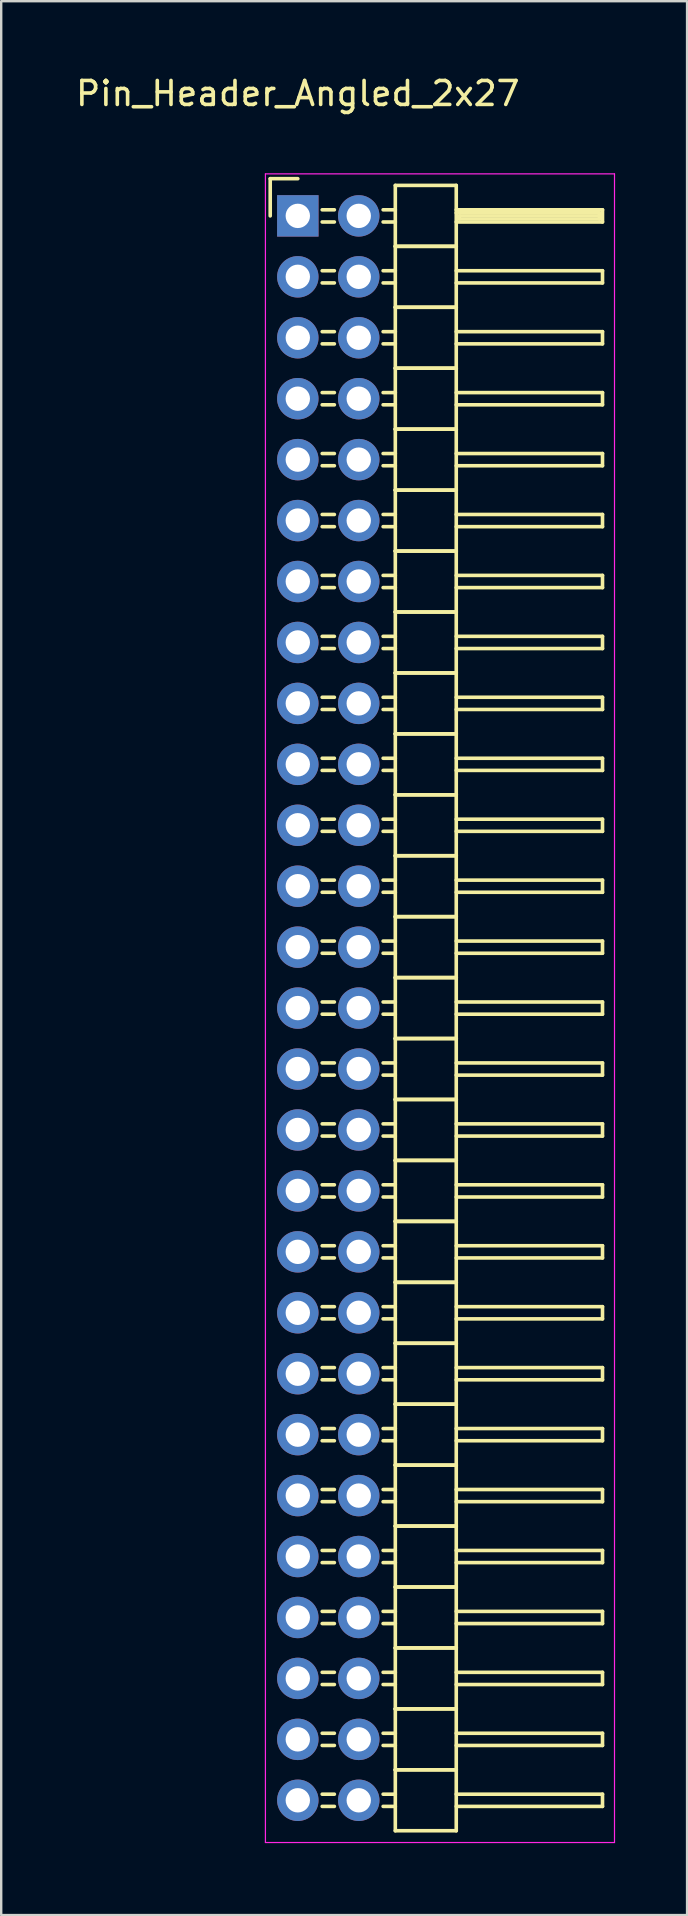
<source format=kicad_pcb>
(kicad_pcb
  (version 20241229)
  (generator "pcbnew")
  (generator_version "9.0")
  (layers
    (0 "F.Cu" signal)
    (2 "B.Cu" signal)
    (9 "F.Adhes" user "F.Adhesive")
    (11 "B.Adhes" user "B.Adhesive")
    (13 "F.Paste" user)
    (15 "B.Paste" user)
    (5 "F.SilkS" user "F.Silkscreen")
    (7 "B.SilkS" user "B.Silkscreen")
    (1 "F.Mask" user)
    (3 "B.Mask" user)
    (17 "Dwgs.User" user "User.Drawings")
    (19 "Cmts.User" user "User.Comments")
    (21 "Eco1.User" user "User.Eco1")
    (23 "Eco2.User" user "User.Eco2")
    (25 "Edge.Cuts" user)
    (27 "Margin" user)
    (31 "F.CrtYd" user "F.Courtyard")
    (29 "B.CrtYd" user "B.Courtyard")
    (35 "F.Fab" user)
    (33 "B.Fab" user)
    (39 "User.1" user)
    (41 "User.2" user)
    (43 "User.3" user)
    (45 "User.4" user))
  (footprint "Pin_Header_Angled_2x27"
    (layer "F.Cu")
    (at 9.363 5.948)
    (property "Reference" "Pin_Header_Angled_2x27" (at 0 -5.1 0) (layer "F.SilkS") (effects (font (size 1 1) (thickness 0.15))))
    (attr through_hole)
    (fp_line (start -1.15 -1.55) (end -1.15 0) (stroke (width 0.15) (type solid)) (layer "F.SilkS"))
    (fp_line (start 0 -1.55) (end -1.15 -1.55) (stroke (width 0.15) (type solid)) (layer "F.SilkS"))
    (fp_line (start 1.524 -0.254) (end 1.016 -0.254) (stroke (width 0.15) (type solid)) (layer "F.SilkS"))
    (fp_line (start 1.524 0.254) (end 1.016 0.254) (stroke (width 0.15) (type solid)) (layer "F.SilkS"))
    (fp_line (start 1.524 2.286) (end 1.016 2.286) (stroke (width 0.15) (type solid)) (layer "F.SilkS"))
    (fp_line (start 1.524 2.794) (end 1.016 2.794) (stroke (width 0.15) (type solid)) (layer "F.SilkS"))
    (fp_line (start 1.524 4.826) (end 1.016 4.826) (stroke (width 0.15) (type solid)) (layer "F.SilkS"))
    (fp_line (start 1.524 5.334) (end 1.016 5.334) (stroke (width 0.15) (type solid)) (layer "F.SilkS"))
    (fp_line (start 1.524 7.366) (end 1.016 7.366) (stroke (width 0.15) (type solid)) (layer "F.SilkS"))
    (fp_line (start 1.524 7.874) (end 1.016 7.874) (stroke (width 0.15) (type solid)) (layer "F.SilkS"))
    (fp_line (start 1.524 9.906) (end 1.016 9.906) (stroke (width 0.15) (type solid)) (layer "F.SilkS"))
    (fp_line (start 1.524 10.414) (end 1.016 10.414) (stroke (width 0.15) (type solid)) (layer "F.SilkS"))
    (fp_line (start 1.524 12.446) (end 1.016 12.446) (stroke (width 0.15) (type solid)) (layer "F.SilkS"))
    (fp_line (start 1.524 12.954) (end 1.016 12.954) (stroke (width 0.15) (type solid)) (layer "F.SilkS"))
    (fp_line (start 1.524 14.986) (end 1.016 14.986) (stroke (width 0.15) (type solid)) (layer "F.SilkS"))
    (fp_line (start 1.524 15.494) (end 1.016 15.494) (stroke (width 0.15) (type solid)) (layer "F.SilkS"))
    (fp_line (start 1.524 17.526) (end 1.016 17.526) (stroke (width 0.15) (type solid)) (layer "F.SilkS"))
    (fp_line (start 1.524 18.034) (end 1.016 18.034) (stroke (width 0.15) (type solid)) (layer "F.SilkS"))
    (fp_line (start 1.524 20.066) (end 1.016 20.066) (stroke (width 0.15) (type solid)) (layer "F.SilkS"))
    (fp_line (start 1.524 20.574) (end 1.016 20.574) (stroke (width 0.15) (type solid)) (layer "F.SilkS"))
    (fp_line (start 1.524 22.606) (end 1.016 22.606) (stroke (width 0.15) (type solid)) (layer "F.SilkS"))
    (fp_line (start 1.524 23.114) (end 1.016 23.114) (stroke (width 0.15) (type solid)) (layer "F.SilkS"))
    (fp_line (start 1.524 25.146) (end 1.016 25.146) (stroke (width 0.15) (type solid)) (layer "F.SilkS"))
    (fp_line (start 1.524 25.654) (end 1.016 25.654) (stroke (width 0.15) (type solid)) (layer "F.SilkS"))
    (fp_line (start 1.524 27.686) (end 1.016 27.686) (stroke (width 0.15) (type solid)) (layer "F.SilkS"))
    (fp_line (start 1.524 28.194) (end 1.016 28.194) (stroke (width 0.15) (type solid)) (layer "F.SilkS"))
    (fp_line (start 1.524 30.226) (end 1.016 30.226) (stroke (width 0.15) (type solid)) (layer "F.SilkS"))
    (fp_line (start 1.524 30.734) (end 1.016 30.734) (stroke (width 0.15) (type solid)) (layer "F.SilkS"))
    (fp_line (start 1.524 32.766) (end 1.016 32.766) (stroke (width 0.15) (type solid)) (layer "F.SilkS"))
    (fp_line (start 1.524 33.274) (end 1.016 33.274) (stroke (width 0.15) (type solid)) (layer "F.SilkS"))
    (fp_line (start 1.524 35.306) (end 1.016 35.306) (stroke (width 0.15) (type solid)) (layer "F.SilkS"))
    (fp_line (start 1.524 35.814) (end 1.016 35.814) (stroke (width 0.15) (type solid)) (layer "F.SilkS"))
    (fp_line (start 1.524 37.846) (end 1.016 37.846) (stroke (width 0.15) (type solid)) (layer "F.SilkS"))
    (fp_line (start 1.524 38.354) (end 1.016 38.354) (stroke (width 0.15) (type solid)) (layer "F.SilkS"))
    (fp_line (start 1.524 40.386) (end 1.016 40.386) (stroke (width 0.15) (type solid)) (layer "F.SilkS"))
    (fp_line (start 1.524 40.894) (end 1.016 40.894) (stroke (width 0.15) (type solid)) (layer "F.SilkS"))
    (fp_line (start 1.524 42.926) (end 1.016 42.926) (stroke (width 0.15) (type solid)) (layer "F.SilkS"))
    (fp_line (start 1.524 43.434) (end 1.016 43.434) (stroke (width 0.15) (type solid)) (layer "F.SilkS"))
    (fp_line (start 1.524 45.466) (end 1.016 45.466) (stroke (width 0.15) (type solid)) (layer "F.SilkS"))
    (fp_line (start 1.524 45.974) (end 1.016 45.974) (stroke (width 0.15) (type solid)) (layer "F.SilkS"))
    (fp_line (start 1.524 48.006) (end 1.016 48.006) (stroke (width 0.15) (type solid)) (layer "F.SilkS"))
    (fp_line (start 1.524 48.514) (end 1.016 48.514) (stroke (width 0.15) (type solid)) (layer "F.SilkS"))
    (fp_line (start 1.524 50.546) (end 1.016 50.546) (stroke (width 0.15) (type solid)) (layer "F.SilkS"))
    (fp_line (start 1.524 51.054) (end 1.016 51.054) (stroke (width 0.15) (type solid)) (layer "F.SilkS"))
    (fp_line (start 1.524 53.086) (end 1.016 53.086) (stroke (width 0.15) (type solid)) (layer "F.SilkS"))
    (fp_line (start 1.524 53.594) (end 1.016 53.594) (stroke (width 0.15) (type solid)) (layer "F.SilkS"))
    (fp_line (start 1.524 55.626) (end 1.016 55.626) (stroke (width 0.15) (type solid)) (layer "F.SilkS"))
    (fp_line (start 1.524 56.134) (end 1.016 56.134) (stroke (width 0.15) (type solid)) (layer "F.SilkS"))
    (fp_line (start 1.524 58.166) (end 1.016 58.166) (stroke (width 0.15) (type solid)) (layer "F.SilkS"))
    (fp_line (start 1.524 58.674) (end 1.016 58.674) (stroke (width 0.15) (type solid)) (layer "F.SilkS"))
    (fp_line (start 1.524 60.706) (end 1.016 60.706) (stroke (width 0.15) (type solid)) (layer "F.SilkS"))
    (fp_line (start 1.524 61.214) (end 1.016 61.214) (stroke (width 0.15) (type solid)) (layer "F.SilkS"))
    (fp_line (start 1.524 63.246) (end 1.016 63.246) (stroke (width 0.15) (type solid)) (layer "F.SilkS"))
    (fp_line (start 1.524 63.754) (end 1.016 63.754) (stroke (width 0.15) (type solid)) (layer "F.SilkS"))
    (fp_line (start 1.524 65.786) (end 1.016 65.786) (stroke (width 0.15) (type solid)) (layer "F.SilkS"))
    (fp_line (start 1.524 66.294) (end 1.016 66.294) (stroke (width 0.15) (type solid)) (layer "F.SilkS"))
    (fp_line (start 4.064 -1.27) (end 4.064 1.27) (stroke (width 0.15) (type solid)) (layer "F.SilkS"))
    (fp_line (start 4.064 -1.27) (end 6.604 -1.27) (stroke (width 0.15) (type solid)) (layer "F.SilkS"))
    (fp_line (start 4.064 -0.254) (end 3.556 -0.254) (stroke (width 0.15) (type solid)) (layer "F.SilkS"))
    (fp_line (start 4.064 0.254) (end 3.556 0.254) (stroke (width 0.15) (type solid)) (layer "F.SilkS"))
    (fp_line (start 4.064 1.27) (end 4.064 3.81) (stroke (width 0.15) (type solid)) (layer "F.SilkS"))
    (fp_line (start 4.064 1.27) (end 6.604 1.27) (stroke (width 0.15) (type solid)) (layer "F.SilkS"))
    (fp_line (start 4.064 1.27) (end 6.604 1.27) (stroke (width 0.15) (type solid)) (layer "F.SilkS"))
    (fp_line (start 4.064 2.286) (end 3.556 2.286) (stroke (width 0.15) (type solid)) (layer "F.SilkS"))
    (fp_line (start 4.064 2.794) (end 3.556 2.794) (stroke (width 0.15) (type solid)) (layer "F.SilkS"))
    (fp_line (start 4.064 3.81) (end 4.064 6.35) (stroke (width 0.15) (type solid)) (layer "F.SilkS"))
    (fp_line (start 4.064 3.81) (end 6.604 3.81) (stroke (width 0.15) (type solid)) (layer "F.SilkS"))
    (fp_line (start 4.064 3.81) (end 6.604 3.81) (stroke (width 0.15) (type solid)) (layer "F.SilkS"))
    (fp_line (start 4.064 4.826) (end 3.556 4.826) (stroke (width 0.15) (type solid)) (layer "F.SilkS"))
    (fp_line (start 4.064 5.334) (end 3.556 5.334) (stroke (width 0.15) (type solid)) (layer "F.SilkS"))
    (fp_line (start 4.064 6.35) (end 4.064 8.89) (stroke (width 0.15) (type solid)) (layer "F.SilkS"))
    (fp_line (start 4.064 6.35) (end 6.604 6.35) (stroke (width 0.15) (type solid)) (layer "F.SilkS"))
    (fp_line (start 4.064 6.35) (end 6.604 6.35) (stroke (width 0.15) (type solid)) (layer "F.SilkS"))
    (fp_line (start 4.064 7.366) (end 3.556 7.366) (stroke (width 0.15) (type solid)) (layer "F.SilkS"))
    (fp_line (start 4.064 7.874) (end 3.556 7.874) (stroke (width 0.15) (type solid)) (layer "F.SilkS"))
    (fp_line (start 4.064 8.89) (end 4.064 11.43) (stroke (width 0.15) (type solid)) (layer "F.SilkS"))
    (fp_line (start 4.064 8.89) (end 6.604 8.89) (stroke (width 0.15) (type solid)) (layer "F.SilkS"))
    (fp_line (start 4.064 8.89) (end 6.604 8.89) (stroke (width 0.15) (type solid)) (layer "F.SilkS"))
    (fp_line (start 4.064 9.906) (end 3.556 9.906) (stroke (width 0.15) (type solid)) (layer "F.SilkS"))
    (fp_line (start 4.064 10.414) (end 3.556 10.414) (stroke (width 0.15) (type solid)) (layer "F.SilkS"))
    (fp_line (start 4.064 11.43) (end 4.064 13.97) (stroke (width 0.15) (type solid)) (layer "F.SilkS"))
    (fp_line (start 4.064 11.43) (end 6.604 11.43) (stroke (width 0.15) (type solid)) (layer "F.SilkS"))
    (fp_line (start 4.064 11.43) (end 6.604 11.43) (stroke (width 0.15) (type solid)) (layer "F.SilkS"))
    (fp_line (start 4.064 12.446) (end 3.556 12.446) (stroke (width 0.15) (type solid)) (layer "F.SilkS"))
    (fp_line (start 4.064 12.954) (end 3.556 12.954) (stroke (width 0.15) (type solid)) (layer "F.SilkS"))
    (fp_line (start 4.064 13.97) (end 4.064 16.51) (stroke (width 0.15) (type solid)) (layer "F.SilkS"))
    (fp_line (start 4.064 13.97) (end 6.604 13.97) (stroke (width 0.15) (type solid)) (layer "F.SilkS"))
    (fp_line (start 4.064 13.97) (end 6.604 13.97) (stroke (width 0.15) (type solid)) (layer "F.SilkS"))
    (fp_line (start 4.064 14.986) (end 3.556 14.986) (stroke (width 0.15) (type solid)) (layer "F.SilkS"))
    (fp_line (start 4.064 15.494) (end 3.556 15.494) (stroke (width 0.15) (type solid)) (layer "F.SilkS"))
    (fp_line (start 4.064 16.51) (end 4.064 19.05) (stroke (width 0.15) (type solid)) (layer "F.SilkS"))
    (fp_line (start 4.064 16.51) (end 6.604 16.51) (stroke (width 0.15) (type solid)) (layer "F.SilkS"))
    (fp_line (start 4.064 16.51) (end 6.604 16.51) (stroke (width 0.15) (type solid)) (layer "F.SilkS"))
    (fp_line (start 4.064 17.526) (end 3.556 17.526) (stroke (width 0.15) (type solid)) (layer "F.SilkS"))
    (fp_line (start 4.064 18.034) (end 3.556 18.034) (stroke (width 0.15) (type solid)) (layer "F.SilkS"))
    (fp_line (start 4.064 19.05) (end 4.064 21.59) (stroke (width 0.15) (type solid)) (layer "F.SilkS"))
    (fp_line (start 4.064 19.05) (end 6.604 19.05) (stroke (width 0.15) (type solid)) (layer "F.SilkS"))
    (fp_line (start 4.064 19.05) (end 6.604 19.05) (stroke (width 0.15) (type solid)) (layer "F.SilkS"))
    (fp_line (start 4.064 20.066) (end 3.556 20.066) (stroke (width 0.15) (type solid)) (layer "F.SilkS"))
    (fp_line (start 4.064 20.574) (end 3.556 20.574) (stroke (width 0.15) (type solid)) (layer "F.SilkS"))
    (fp_line (start 4.064 21.59) (end 4.064 24.13) (stroke (width 0.15) (type solid)) (layer "F.SilkS"))
    (fp_line (start 4.064 21.59) (end 6.604 21.59) (stroke (width 0.15) (type solid)) (layer "F.SilkS"))
    (fp_line (start 4.064 21.59) (end 6.604 21.59) (stroke (width 0.15) (type solid)) (layer "F.SilkS"))
    (fp_line (start 4.064 22.606) (end 3.556 22.606) (stroke (width 0.15) (type solid)) (layer "F.SilkS"))
    (fp_line (start 4.064 23.114) (end 3.556 23.114) (stroke (width 0.15) (type solid)) (layer "F.SilkS"))
    (fp_line (start 4.064 24.13) (end 4.064 26.67) (stroke (width 0.15) (type solid)) (layer "F.SilkS"))
    (fp_line (start 4.064 24.13) (end 6.604 24.13) (stroke (width 0.15) (type solid)) (layer "F.SilkS"))
    (fp_line (start 4.064 24.13) (end 6.604 24.13) (stroke (width 0.15) (type solid)) (layer "F.SilkS"))
    (fp_line (start 4.064 25.146) (end 3.556 25.146) (stroke (width 0.15) (type solid)) (layer "F.SilkS"))
    (fp_line (start 4.064 25.654) (end 3.556 25.654) (stroke (width 0.15) (type solid)) (layer "F.SilkS"))
    (fp_line (start 4.064 26.67) (end 4.064 29.21) (stroke (width 0.15) (type solid)) (layer "F.SilkS"))
    (fp_line (start 4.064 26.67) (end 6.604 26.67) (stroke (width 0.15) (type solid)) (layer "F.SilkS"))
    (fp_line (start 4.064 26.67) (end 6.604 26.67) (stroke (width 0.15) (type solid)) (layer "F.SilkS"))
    (fp_line (start 4.064 27.686) (end 3.556 27.686) (stroke (width 0.15) (type solid)) (layer "F.SilkS"))
    (fp_line (start 4.064 28.194) (end 3.556 28.194) (stroke (width 0.15) (type solid)) (layer "F.SilkS"))
    (fp_line (start 4.064 29.21) (end 4.064 31.75) (stroke (width 0.15) (type solid)) (layer "F.SilkS"))
    (fp_line (start 4.064 29.21) (end 6.604 29.21) (stroke (width 0.15) (type solid)) (layer "F.SilkS"))
    (fp_line (start 4.064 29.21) (end 6.604 29.21) (stroke (width 0.15) (type solid)) (layer "F.SilkS"))
    (fp_line (start 4.064 30.226) (end 3.556 30.226) (stroke (width 0.15) (type solid)) (layer "F.SilkS"))
    (fp_line (start 4.064 30.734) (end 3.556 30.734) (stroke (width 0.15) (type solid)) (layer "F.SilkS"))
    (fp_line (start 4.064 31.75) (end 4.064 34.29) (stroke (width 0.15) (type solid)) (layer "F.SilkS"))
    (fp_line (start 4.064 31.75) (end 6.604 31.75) (stroke (width 0.15) (type solid)) (layer "F.SilkS"))
    (fp_line (start 4.064 31.75) (end 6.604 31.75) (stroke (width 0.15) (type solid)) (layer "F.SilkS"))
    (fp_line (start 4.064 32.766) (end 3.556 32.766) (stroke (width 0.15) (type solid)) (layer "F.SilkS"))
    (fp_line (start 4.064 33.274) (end 3.556 33.274) (stroke (width 0.15) (type solid)) (layer "F.SilkS"))
    (fp_line (start 4.064 34.29) (end 4.064 36.83) (stroke (width 0.15) (type solid)) (layer "F.SilkS"))
    (fp_line (start 4.064 34.29) (end 6.604 34.29) (stroke (width 0.15) (type solid)) (layer "F.SilkS"))
    (fp_line (start 4.064 34.29) (end 6.604 34.29) (stroke (width 0.15) (type solid)) (layer "F.SilkS"))
    (fp_line (start 4.064 35.306) (end 3.556 35.306) (stroke (width 0.15) (type solid)) (layer "F.SilkS"))
    (fp_line (start 4.064 35.814) (end 3.556 35.814) (stroke (width 0.15) (type solid)) (layer "F.SilkS"))
    (fp_line (start 4.064 36.83) (end 4.064 39.37) (stroke (width 0.15) (type solid)) (layer "F.SilkS"))
    (fp_line (start 4.064 36.83) (end 6.604 36.83) (stroke (width 0.15) (type solid)) (layer "F.SilkS"))
    (fp_line (start 4.064 36.83) (end 6.604 36.83) (stroke (width 0.15) (type solid)) (layer "F.SilkS"))
    (fp_line (start 4.064 37.846) (end 3.556 37.846) (stroke (width 0.15) (type solid)) (layer "F.SilkS"))
    (fp_line (start 4.064 38.354) (end 3.556 38.354) (stroke (width 0.15) (type solid)) (layer "F.SilkS"))
    (fp_line (start 4.064 39.37) (end 4.064 41.91) (stroke (width 0.15) (type solid)) (layer "F.SilkS"))
    (fp_line (start 4.064 39.37) (end 6.604 39.37) (stroke (width 0.15) (type solid)) (layer "F.SilkS"))
    (fp_line (start 4.064 39.37) (end 6.604 39.37) (stroke (width 0.15) (type solid)) (layer "F.SilkS"))
    (fp_line (start 4.064 40.386) (end 3.556 40.386) (stroke (width 0.15) (type solid)) (layer "F.SilkS"))
    (fp_line (start 4.064 40.894) (end 3.556 40.894) (stroke (width 0.15) (type solid)) (layer "F.SilkS"))
    (fp_line (start 4.064 41.91) (end 4.064 44.45) (stroke (width 0.15) (type solid)) (layer "F.SilkS"))
    (fp_line (start 4.064 41.91) (end 6.604 41.91) (stroke (width 0.15) (type solid)) (layer "F.SilkS"))
    (fp_line (start 4.064 41.91) (end 6.604 41.91) (stroke (width 0.15) (type solid)) (layer "F.SilkS"))
    (fp_line (start 4.064 42.926) (end 3.556 42.926) (stroke (width 0.15) (type solid)) (layer "F.SilkS"))
    (fp_line (start 4.064 43.434) (end 3.556 43.434) (stroke (width 0.15) (type solid)) (layer "F.SilkS"))
    (fp_line (start 4.064 44.45) (end 4.064 46.99) (stroke (width 0.15) (type solid)) (layer "F.SilkS"))
    (fp_line (start 4.064 44.45) (end 6.604 44.45) (stroke (width 0.15) (type solid)) (layer "F.SilkS"))
    (fp_line (start 4.064 44.45) (end 6.604 44.45) (stroke (width 0.15) (type solid)) (layer "F.SilkS"))
    (fp_line (start 4.064 45.466) (end 3.556 45.466) (stroke (width 0.15) (type solid)) (layer "F.SilkS"))
    (fp_line (start 4.064 45.974) (end 3.556 45.974) (stroke (width 0.15) (type solid)) (layer "F.SilkS"))
    (fp_line (start 4.064 46.99) (end 4.064 49.53) (stroke (width 0.15) (type solid)) (layer "F.SilkS"))
    (fp_line (start 4.064 46.99) (end 6.604 46.99) (stroke (width 0.15) (type solid)) (layer "F.SilkS"))
    (fp_line (start 4.064 46.99) (end 6.604 46.99) (stroke (width 0.15) (type solid)) (layer "F.SilkS"))
    (fp_line (start 4.064 48.006) (end 3.556 48.006) (stroke (width 0.15) (type solid)) (layer "F.SilkS"))
    (fp_line (start 4.064 48.514) (end 3.556 48.514) (stroke (width 0.15) (type solid)) (layer "F.SilkS"))
    (fp_line (start 4.064 49.53) (end 4.064 52.07) (stroke (width 0.15) (type solid)) (layer "F.SilkS"))
    (fp_line (start 4.064 49.53) (end 6.604 49.53) (stroke (width 0.15) (type solid)) (layer "F.SilkS"))
    (fp_line (start 4.064 49.53) (end 6.604 49.53) (stroke (width 0.15) (type solid)) (layer "F.SilkS"))
    (fp_line (start 4.064 50.546) (end 3.556 50.546) (stroke (width 0.15) (type solid)) (layer "F.SilkS"))
    (fp_line (start 4.064 51.054) (end 3.556 51.054) (stroke (width 0.15) (type solid)) (layer "F.SilkS"))
    (fp_line (start 4.064 52.07) (end 4.064 54.61) (stroke (width 0.15) (type solid)) (layer "F.SilkS"))
    (fp_line (start 4.064 52.07) (end 6.604 52.07) (stroke (width 0.15) (type solid)) (layer "F.SilkS"))
    (fp_line (start 4.064 52.07) (end 6.604 52.07) (stroke (width 0.15) (type solid)) (layer "F.SilkS"))
    (fp_line (start 4.064 53.086) (end 3.556 53.086) (stroke (width 0.15) (type solid)) (layer "F.SilkS"))
    (fp_line (start 4.064 53.594) (end 3.556 53.594) (stroke (width 0.15) (type solid)) (layer "F.SilkS"))
    (fp_line (start 4.064 54.61) (end 4.064 57.15) (stroke (width 0.15) (type solid)) (layer "F.SilkS"))
    (fp_line (start 4.064 54.61) (end 6.604 54.61) (stroke (width 0.15) (type solid)) (layer "F.SilkS"))
    (fp_line (start 4.064 54.61) (end 6.604 54.61) (stroke (width 0.15) (type solid)) (layer "F.SilkS"))
    (fp_line (start 4.064 55.626) (end 3.556 55.626) (stroke (width 0.15) (type solid)) (layer "F.SilkS"))
    (fp_line (start 4.064 56.134) (end 3.556 56.134) (stroke (width 0.15) (type solid)) (layer "F.SilkS"))
    (fp_line (start 4.064 57.15) (end 4.064 59.69) (stroke (width 0.15) (type solid)) (layer "F.SilkS"))
    (fp_line (start 4.064 57.15) (end 6.604 57.15) (stroke (width 0.15) (type solid)) (layer "F.SilkS"))
    (fp_line (start 4.064 57.15) (end 6.604 57.15) (stroke (width 0.15) (type solid)) (layer "F.SilkS"))
    (fp_line (start 4.064 58.166) (end 3.556 58.166) (stroke (width 0.15) (type solid)) (layer "F.SilkS"))
    (fp_line (start 4.064 58.674) (end 3.556 58.674) (stroke (width 0.15) (type solid)) (layer "F.SilkS"))
    (fp_line (start 4.064 59.69) (end 4.064 62.23) (stroke (width 0.15) (type solid)) (layer "F.SilkS"))
    (fp_line (start 4.064 59.69) (end 6.604 59.69) (stroke (width 0.15) (type solid)) (layer "F.SilkS"))
    (fp_line (start 4.064 59.69) (end 6.604 59.69) (stroke (width 0.15) (type solid)) (layer "F.SilkS"))
    (fp_line (start 4.064 60.706) (end 3.556 60.706) (stroke (width 0.15) (type solid)) (layer "F.SilkS"))
    (fp_line (start 4.064 61.214) (end 3.556 61.214) (stroke (width 0.15) (type solid)) (layer "F.SilkS"))
    (fp_line (start 4.064 62.23) (end 4.064 64.77) (stroke (width 0.15) (type solid)) (layer "F.SilkS"))
    (fp_line (start 4.064 62.23) (end 6.604 62.23) (stroke (width 0.15) (type solid)) (layer "F.SilkS"))
    (fp_line (start 4.064 62.23) (end 6.604 62.23) (stroke (width 0.15) (type solid)) (layer "F.SilkS"))
    (fp_line (start 4.064 63.246) (end 3.556 63.246) (stroke (width 0.15) (type solid)) (layer "F.SilkS"))
    (fp_line (start 4.064 63.754) (end 3.556 63.754) (stroke (width 0.15) (type solid)) (layer "F.SilkS"))
    (fp_line (start 4.064 64.77) (end 4.064 67.31) (stroke (width 0.15) (type solid)) (layer "F.SilkS"))
    (fp_line (start 4.064 64.77) (end 6.604 64.77) (stroke (width 0.15) (type solid)) (layer "F.SilkS"))
    (fp_line (start 4.064 64.77) (end 6.604 64.77) (stroke (width 0.15) (type solid)) (layer "F.SilkS"))
    (fp_line (start 4.064 65.786) (end 3.556 65.786) (stroke (width 0.15) (type solid)) (layer "F.SilkS"))
    (fp_line (start 4.064 66.294) (end 3.556 66.294) (stroke (width 0.15) (type solid)) (layer "F.SilkS"))
    (fp_line (start 4.064 67.31) (end 6.604 67.31) (stroke (width 0.15) (type solid)) (layer "F.SilkS"))
    (fp_line (start 6.604 -0.254) (end 12.7 -0.254) (stroke (width 0.15) (type solid)) (layer "F.SilkS"))
    (fp_line (start 6.604 -0.127) (end 12.573 -0.127) (stroke (width 0.15) (type solid)) (layer "F.SilkS"))
    (fp_line (start 6.604 1.27) (end 6.604 -1.27) (stroke (width 0.15) (type solid)) (layer "F.SilkS"))
    (fp_line (start 6.604 2.286) (end 12.7 2.286) (stroke (width 0.15) (type solid)) (layer "F.SilkS"))
    (fp_line (start 6.604 3.81) (end 6.604 1.27) (stroke (width 0.15) (type solid)) (layer "F.SilkS"))
    (fp_line (start 6.604 4.826) (end 12.7 4.826) (stroke (width 0.15) (type solid)) (layer "F.SilkS"))
    (fp_line (start 6.604 6.35) (end 6.604 3.81) (stroke (width 0.15) (type solid)) (layer "F.SilkS"))
    (fp_line (start 6.604 7.366) (end 12.7 7.366) (stroke (width 0.15) (type solid)) (layer "F.SilkS"))
    (fp_line (start 6.604 8.89) (end 6.604 6.35) (stroke (width 0.15) (type solid)) (layer "F.SilkS"))
    (fp_line (start 6.604 9.906) (end 12.7 9.906) (stroke (width 0.15) (type solid)) (layer "F.SilkS"))
    (fp_line (start 6.604 11.43) (end 6.604 8.89) (stroke (width 0.15) (type solid)) (layer "F.SilkS"))
    (fp_line (start 6.604 12.446) (end 12.7 12.446) (stroke (width 0.15) (type solid)) (layer "F.SilkS"))
    (fp_line (start 6.604 13.97) (end 6.604 11.43) (stroke (width 0.15) (type solid)) (layer "F.SilkS"))
    (fp_line (start 6.604 14.986) (end 12.7 14.986) (stroke (width 0.15) (type solid)) (layer "F.SilkS"))
    (fp_line (start 6.604 16.51) (end 6.604 13.97) (stroke (width 0.15) (type solid)) (layer "F.SilkS"))
    (fp_line (start 6.604 17.526) (end 12.7 17.526) (stroke (width 0.15) (type solid)) (layer "F.SilkS"))
    (fp_line (start 6.604 19.05) (end 6.604 16.51) (stroke (width 0.15) (type solid)) (layer "F.SilkS"))
    (fp_line (start 6.604 20.066) (end 12.7 20.066) (stroke (width 0.15) (type solid)) (layer "F.SilkS"))
    (fp_line (start 6.604 21.59) (end 6.604 19.05) (stroke (width 0.15) (type solid)) (layer "F.SilkS"))
    (fp_line (start 6.604 22.606) (end 12.7 22.606) (stroke (width 0.15) (type solid)) (layer "F.SilkS"))
    (fp_line (start 6.604 24.13) (end 6.604 21.59) (stroke (width 0.15) (type solid)) (layer "F.SilkS"))
    (fp_line (start 6.604 25.146) (end 12.7 25.146) (stroke (width 0.15) (type solid)) (layer "F.SilkS"))
    (fp_line (start 6.604 26.67) (end 6.604 24.13) (stroke (width 0.15) (type solid)) (layer "F.SilkS"))
    (fp_line (start 6.604 27.686) (end 12.7 27.686) (stroke (width 0.15) (type solid)) (layer "F.SilkS"))
    (fp_line (start 6.604 29.21) (end 6.604 26.67) (stroke (width 0.15) (type solid)) (layer "F.SilkS"))
    (fp_line (start 6.604 30.226) (end 12.7 30.226) (stroke (width 0.15) (type solid)) (layer "F.SilkS"))
    (fp_line (start 6.604 31.75) (end 6.604 29.21) (stroke (width 0.15) (type solid)) (layer "F.SilkS"))
    (fp_line (start 6.604 32.766) (end 12.7 32.766) (stroke (width 0.15) (type solid)) (layer "F.SilkS"))
    (fp_line (start 6.604 34.29) (end 6.604 31.75) (stroke (width 0.15) (type solid)) (layer "F.SilkS"))
    (fp_line (start 6.604 35.306) (end 12.7 35.306) (stroke (width 0.15) (type solid)) (layer "F.SilkS"))
    (fp_line (start 6.604 36.83) (end 6.604 34.29) (stroke (width 0.15) (type solid)) (layer "F.SilkS"))
    (fp_line (start 6.604 37.846) (end 12.7 37.846) (stroke (width 0.15) (type solid)) (layer "F.SilkS"))
    (fp_line (start 6.604 39.37) (end 6.604 36.83) (stroke (width 0.15) (type solid)) (layer "F.SilkS"))
    (fp_line (start 6.604 40.386) (end 12.7 40.386) (stroke (width 0.15) (type solid)) (layer "F.SilkS"))
    (fp_line (start 6.604 41.91) (end 6.604 39.37) (stroke (width 0.15) (type solid)) (layer "F.SilkS"))
    (fp_line (start 6.604 42.926) (end 12.7 42.926) (stroke (width 0.15) (type solid)) (layer "F.SilkS"))
    (fp_line (start 6.604 44.45) (end 6.604 41.91) (stroke (width 0.15) (type solid)) (layer "F.SilkS"))
    (fp_line (start 6.604 45.466) (end 12.7 45.466) (stroke (width 0.15) (type solid)) (layer "F.SilkS"))
    (fp_line (start 6.604 46.99) (end 6.604 44.45) (stroke (width 0.15) (type solid)) (layer "F.SilkS"))
    (fp_line (start 6.604 48.006) (end 12.7 48.006) (stroke (width 0.15) (type solid)) (layer "F.SilkS"))
    (fp_line (start 6.604 49.53) (end 6.604 46.99) (stroke (width 0.15) (type solid)) (layer "F.SilkS"))
    (fp_line (start 6.604 50.546) (end 12.7 50.546) (stroke (width 0.15) (type solid)) (layer "F.SilkS"))
    (fp_line (start 6.604 52.07) (end 6.604 49.53) (stroke (width 0.15) (type solid)) (layer "F.SilkS"))
    (fp_line (start 6.604 53.086) (end 12.7 53.086) (stroke (width 0.15) (type solid)) (layer "F.SilkS"))
    (fp_line (start 6.604 54.61) (end 6.604 52.07) (stroke (width 0.15) (type solid)) (layer "F.SilkS"))
    (fp_line (start 6.604 55.626) (end 12.7 55.626) (stroke (width 0.15) (type solid)) (layer "F.SilkS"))
    (fp_line (start 6.604 57.15) (end 6.604 54.61) (stroke (width 0.15) (type solid)) (layer "F.SilkS"))
    (fp_line (start 6.604 58.166) (end 12.7 58.166) (stroke (width 0.15) (type solid)) (layer "F.SilkS"))
    (fp_line (start 6.604 59.69) (end 6.604 57.15) (stroke (width 0.15) (type solid)) (layer "F.SilkS"))
    (fp_line (start 6.604 60.706) (end 12.7 60.706) (stroke (width 0.15) (type solid)) (layer "F.SilkS"))
    (fp_line (start 6.604 62.23) (end 6.604 59.69) (stroke (width 0.15) (type solid)) (layer "F.SilkS"))
    (fp_line (start 6.604 63.246) (end 12.7 63.246) (stroke (width 0.15) (type solid)) (layer "F.SilkS"))
    (fp_line (start 6.604 64.77) (end 6.604 62.23) (stroke (width 0.15) (type solid)) (layer "F.SilkS"))
    (fp_line (start 6.604 65.786) (end 12.7 65.786) (stroke (width 0.15) (type solid)) (layer "F.SilkS"))
    (fp_line (start 6.604 67.31) (end 6.604 64.77) (stroke (width 0.15) (type solid)) (layer "F.SilkS"))
    (fp_line (start 6.731 0) (end 12.573 0) (stroke (width 0.15) (type solid)) (layer "F.SilkS"))
    (fp_line (start 6.731 0.127) (end 6.731 0) (stroke (width 0.15) (type solid)) (layer "F.SilkS"))
    (fp_line (start 12.573 -0.127) (end 12.573 0.127) (stroke (width 0.15) (type solid)) (layer "F.SilkS"))
    (fp_line (start 12.573 0.127) (end 6.731 0.127) (stroke (width 0.15) (type solid)) (layer "F.SilkS"))
    (fp_line (start 12.7 -0.254) (end 12.7 0.254) (stroke (width 0.15) (type solid)) (layer "F.SilkS"))
    (fp_line (start 12.7 0.254) (end 6.604 0.254) (stroke (width 0.15) (type solid)) (layer "F.SilkS"))
    (fp_line (start 12.7 2.286) (end 12.7 2.794) (stroke (width 0.15) (type solid)) (layer "F.SilkS"))
    (fp_line (start 12.7 2.794) (end 6.604 2.794) (stroke (width 0.15) (type solid)) (layer "F.SilkS"))
    (fp_line (start 12.7 4.826) (end 12.7 5.334) (stroke (width 0.15) (type solid)) (layer "F.SilkS"))
    (fp_line (start 12.7 5.334) (end 6.604 5.334) (stroke (width 0.15) (type solid)) (layer "F.SilkS"))
    (fp_line (start 12.7 7.366) (end 12.7 7.874) (stroke (width 0.15) (type solid)) (layer "F.SilkS"))
    (fp_line (start 12.7 7.874) (end 6.604 7.874) (stroke (width 0.15) (type solid)) (layer "F.SilkS"))
    (fp_line (start 12.7 9.906) (end 12.7 10.414) (stroke (width 0.15) (type solid)) (layer "F.SilkS"))
    (fp_line (start 12.7 10.414) (end 6.604 10.414) (stroke (width 0.15) (type solid)) (layer "F.SilkS"))
    (fp_line (start 12.7 12.446) (end 12.7 12.954) (stroke (width 0.15) (type solid)) (layer "F.SilkS"))
    (fp_line (start 12.7 12.954) (end 6.604 12.954) (stroke (width 0.15) (type solid)) (layer "F.SilkS"))
    (fp_line (start 12.7 14.986) (end 12.7 15.494) (stroke (width 0.15) (type solid)) (layer "F.SilkS"))
    (fp_line (start 12.7 15.494) (end 6.604 15.494) (stroke (width 0.15) (type solid)) (layer "F.SilkS"))
    (fp_line (start 12.7 17.526) (end 12.7 18.034) (stroke (width 0.15) (type solid)) (layer "F.SilkS"))
    (fp_line (start 12.7 18.034) (end 6.604 18.034) (stroke (width 0.15) (type solid)) (layer "F.SilkS"))
    (fp_line (start 12.7 20.066) (end 12.7 20.574) (stroke (width 0.15) (type solid)) (layer "F.SilkS"))
    (fp_line (start 12.7 20.574) (end 6.604 20.574) (stroke (width 0.15) (type solid)) (layer "F.SilkS"))
    (fp_line (start 12.7 22.606) (end 12.7 23.114) (stroke (width 0.15) (type solid)) (layer "F.SilkS"))
    (fp_line (start 12.7 23.114) (end 6.604 23.114) (stroke (width 0.15) (type solid)) (layer "F.SilkS"))
    (fp_line (start 12.7 25.146) (end 12.7 25.654) (stroke (width 0.15) (type solid)) (layer "F.SilkS"))
    (fp_line (start 12.7 25.654) (end 6.604 25.654) (stroke (width 0.15) (type solid)) (layer "F.SilkS"))
    (fp_line (start 12.7 27.686) (end 12.7 28.194) (stroke (width 0.15) (type solid)) (layer "F.SilkS"))
    (fp_line (start 12.7 28.194) (end 6.604 28.194) (stroke (width 0.15) (type solid)) (layer "F.SilkS"))
    (fp_line (start 12.7 30.226) (end 12.7 30.734) (stroke (width 0.15) (type solid)) (layer "F.SilkS"))
    (fp_line (start 12.7 30.734) (end 6.604 30.734) (stroke (width 0.15) (type solid)) (layer "F.SilkS"))
    (fp_line (start 12.7 32.766) (end 12.7 33.274) (stroke (width 0.15) (type solid)) (layer "F.SilkS"))
    (fp_line (start 12.7 33.274) (end 6.604 33.274) (stroke (width 0.15) (type solid)) (layer "F.SilkS"))
    (fp_line (start 12.7 35.306) (end 12.7 35.814) (stroke (width 0.15) (type solid)) (layer "F.SilkS"))
    (fp_line (start 12.7 35.814) (end 6.604 35.814) (stroke (width 0.15) (type solid)) (layer "F.SilkS"))
    (fp_line (start 12.7 37.846) (end 12.7 38.354) (stroke (width 0.15) (type solid)) (layer "F.SilkS"))
    (fp_line (start 12.7 38.354) (end 6.604 38.354) (stroke (width 0.15) (type solid)) (layer "F.SilkS"))
    (fp_line (start 12.7 40.386) (end 12.7 40.894) (stroke (width 0.15) (type solid)) (layer "F.SilkS"))
    (fp_line (start 12.7 40.894) (end 6.604 40.894) (stroke (width 0.15) (type solid)) (layer "F.SilkS"))
    (fp_line (start 12.7 42.926) (end 12.7 43.434) (stroke (width 0.15) (type solid)) (layer "F.SilkS"))
    (fp_line (start 12.7 43.434) (end 6.604 43.434) (stroke (width 0.15) (type solid)) (layer "F.SilkS"))
    (fp_line (start 12.7 45.466) (end 12.7 45.974) (stroke (width 0.15) (type solid)) (layer "F.SilkS"))
    (fp_line (start 12.7 45.974) (end 6.604 45.974) (stroke (width 0.15) (type solid)) (layer "F.SilkS"))
    (fp_line (start 12.7 48.006) (end 12.7 48.514) (stroke (width 0.15) (type solid)) (layer "F.SilkS"))
    (fp_line (start 12.7 48.514) (end 6.604 48.514) (stroke (width 0.15) (type solid)) (layer "F.SilkS"))
    (fp_line (start 12.7 50.546) (end 12.7 51.054) (stroke (width 0.15) (type solid)) (layer "F.SilkS"))
    (fp_line (start 12.7 51.054) (end 6.604 51.054) (stroke (width 0.15) (type solid)) (layer "F.SilkS"))
    (fp_line (start 12.7 53.086) (end 12.7 53.594) (stroke (width 0.15) (type solid)) (layer "F.SilkS"))
    (fp_line (start 12.7 53.594) (end 6.604 53.594) (stroke (width 0.15) (type solid)) (layer "F.SilkS"))
    (fp_line (start 12.7 55.626) (end 12.7 56.134) (stroke (width 0.15) (type solid)) (layer "F.SilkS"))
    (fp_line (start 12.7 56.134) (end 6.604 56.134) (stroke (width 0.15) (type solid)) (layer "F.SilkS"))
    (fp_line (start 12.7 58.166) (end 12.7 58.674) (stroke (width 0.15) (type solid)) (layer "F.SilkS"))
    (fp_line (start 12.7 58.674) (end 6.604 58.674) (stroke (width 0.15) (type solid)) (layer "F.SilkS"))
    (fp_line (start 12.7 60.706) (end 12.7 61.214) (stroke (width 0.15) (type solid)) (layer "F.SilkS"))
    (fp_line (start 12.7 61.214) (end 6.604 61.214) (stroke (width 0.15) (type solid)) (layer "F.SilkS"))
    (fp_line (start 12.7 63.246) (end 12.7 63.754) (stroke (width 0.15) (type solid)) (layer "F.SilkS"))
    (fp_line (start 12.7 63.754) (end 6.604 63.754) (stroke (width 0.15) (type solid)) (layer "F.SilkS"))
    (fp_line (start 12.7 65.786) (end 12.7 66.294) (stroke (width 0.15) (type solid)) (layer "F.SilkS"))
    (fp_line (start 12.7 66.294) (end 6.604 66.294) (stroke (width 0.15) (type solid)) (layer "F.SilkS"))
    (fp_line (start -1.35 -1.75) (end -1.35 67.8) (stroke (width 0.05) (type solid)) (layer "F.CrtYd"))
    (fp_line (start -1.35 -1.75) (end 13.2 -1.75) (stroke (width 0.05) (type solid)) (layer "F.CrtYd"))
    (fp_line (start -1.35 67.8) (end 13.2 67.8) (stroke (width 0.05) (type solid)) (layer "F.CrtYd"))
    (fp_line (start 13.2 -1.75) (end 13.2 67.8) (stroke (width 0.05) (type solid)) (layer "F.CrtYd"))
    (pad "1" thru_hole rect (at 0 0) (size 1.727 1.727) (drill 1.016) (layers "*.Cu" "*.Mask"))
    (pad "2" thru_hole oval (at 2.54 0) (size 1.727 1.727) (drill 1.016) (layers "*.Cu" "*.Mask"))
    (pad "3" thru_hole oval (at 0 2.54) (size 1.727 1.727) (drill 1.016) (layers "*.Cu" "*.Mask"))
    (pad "4" thru_hole oval (at 2.54 2.54) (size 1.727 1.727) (drill 1.016) (layers "*.Cu" "*.Mask"))
    (pad "5" thru_hole oval (at 0 5.08) (size 1.727 1.727) (drill 1.016) (layers "*.Cu" "*.Mask"))
    (pad "6" thru_hole oval (at 2.54 5.08) (size 1.727 1.727) (drill 1.016) (layers "*.Cu" "*.Mask"))
    (pad "7" thru_hole oval (at 0 7.62) (size 1.727 1.727) (drill 1.016) (layers "*.Cu" "*.Mask"))
    (pad "8" thru_hole oval (at 2.54 7.62) (size 1.727 1.727) (drill 1.016) (layers "*.Cu" "*.Mask"))
    (pad "9" thru_hole oval (at 0 10.16) (size 1.727 1.727) (drill 1.016) (layers "*.Cu" "*.Mask"))
    (pad "10" thru_hole oval (at 2.54 10.16) (size 1.727 1.727) (drill 1.016) (layers "*.Cu" "*.Mask"))
    (pad "11" thru_hole oval (at 0 12.7) (size 1.727 1.727) (drill 1.016) (layers "*.Cu" "*.Mask"))
    (pad "12" thru_hole oval (at 2.54 12.7) (size 1.727 1.727) (drill 1.016) (layers "*.Cu" "*.Mask"))
    (pad "13" thru_hole oval (at 0 15.24) (size 1.727 1.727) (drill 1.016) (layers "*.Cu" "*.Mask"))
    (pad "14" thru_hole oval (at 2.54 15.24) (size 1.727 1.727) (drill 1.016) (layers "*.Cu" "*.Mask"))
    (pad "15" thru_hole oval (at 0 17.78) (size 1.727 1.727) (drill 1.016) (layers "*.Cu" "*.Mask"))
    (pad "16" thru_hole oval (at 2.54 17.78) (size 1.727 1.727) (drill 1.016) (layers "*.Cu" "*.Mask"))
    (pad "17" thru_hole oval (at 0 20.32) (size 1.727 1.727) (drill 1.016) (layers "*.Cu" "*.Mask"))
    (pad "18" thru_hole oval (at 2.54 20.32) (size 1.727 1.727) (drill 1.016) (layers "*.Cu" "*.Mask"))
    (pad "19" thru_hole oval (at 0 22.86) (size 1.727 1.727) (drill 1.016) (layers "*.Cu" "*.Mask"))
    (pad "20" thru_hole oval (at 2.54 22.86) (size 1.727 1.727) (drill 1.016) (layers "*.Cu" "*.Mask"))
    (pad "21" thru_hole oval (at 0 25.4) (size 1.727 1.727) (drill 1.016) (layers "*.Cu" "*.Mask"))
    (pad "22" thru_hole oval (at 2.54 25.4) (size 1.727 1.727) (drill 1.016) (layers "*.Cu" "*.Mask"))
    (pad "23" thru_hole oval (at 0 27.94) (size 1.727 1.727) (drill 1.016) (layers "*.Cu" "*.Mask"))
    (pad "24" thru_hole oval (at 2.54 27.94) (size 1.727 1.727) (drill 1.016) (layers "*.Cu" "*.Mask"))
    (pad "25" thru_hole oval (at 0 30.48) (size 1.727 1.727) (drill 1.016) (layers "*.Cu" "*.Mask"))
    (pad "26" thru_hole oval (at 2.54 30.48) (size 1.727 1.727) (drill 1.016) (layers "*.Cu" "*.Mask"))
    (pad "27" thru_hole oval (at 0 33.02) (size 1.727 1.727) (drill 1.016) (layers "*.Cu" "*.Mask"))
    (pad "28" thru_hole oval (at 2.54 33.02) (size 1.727 1.727) (drill 1.016) (layers "*.Cu" "*.Mask"))
    (pad "29" thru_hole oval (at 0 35.56) (size 1.727 1.727) (drill 1.016) (layers "*.Cu" "*.Mask"))
    (pad "30" thru_hole oval (at 2.54 35.56) (size 1.727 1.727) (drill 1.016) (layers "*.Cu" "*.Mask"))
    (pad "31" thru_hole oval (at 0 38.1) (size 1.727 1.727) (drill 1.016) (layers "*.Cu" "*.Mask"))
    (pad "32" thru_hole oval (at 2.54 38.1) (size 1.727 1.727) (drill 1.016) (layers "*.Cu" "*.Mask"))
    (pad "33" thru_hole oval (at 0 40.64) (size 1.727 1.727) (drill 1.016) (layers "*.Cu" "*.Mask"))
    (pad "34" thru_hole oval (at 2.54 40.64) (size 1.727 1.727) (drill 1.016) (layers "*.Cu" "*.Mask"))
    (pad "35" thru_hole oval (at 0 43.18) (size 1.727 1.727) (drill 1.016) (layers "*.Cu" "*.Mask"))
    (pad "36" thru_hole oval (at 2.54 43.18) (size 1.727 1.727) (drill 1.016) (layers "*.Cu" "*.Mask"))
    (pad "37" thru_hole oval (at 0 45.72) (size 1.727 1.727) (drill 1.016) (layers "*.Cu" "*.Mask"))
    (pad "38" thru_hole oval (at 2.54 45.72) (size 1.727 1.727) (drill 1.016) (layers "*.Cu" "*.Mask"))
    (pad "39" thru_hole oval (at 0 48.26) (size 1.727 1.727) (drill 1.016) (layers "*.Cu" "*.Mask"))
    (pad "40" thru_hole oval (at 2.54 48.26) (size 1.727 1.727) (drill 1.016) (layers "*.Cu" "*.Mask"))
    (pad "41" thru_hole oval (at 0 50.8) (size 1.727 1.727) (drill 1.016) (layers "*.Cu" "*.Mask"))
    (pad "42" thru_hole oval (at 2.54 50.8) (size 1.727 1.727) (drill 1.016) (layers "*.Cu" "*.Mask"))
    (pad "43" thru_hole oval (at 0 53.34) (size 1.727 1.727) (drill 1.016) (layers "*.Cu" "*.Mask"))
    (pad "44" thru_hole oval (at 2.54 53.34) (size 1.727 1.727) (drill 1.016) (layers "*.Cu" "*.Mask"))
    (pad "45" thru_hole oval (at 0 55.88) (size 1.727 1.727) (drill 1.016) (layers "*.Cu" "*.Mask"))
    (pad "46" thru_hole oval (at 2.54 55.88) (size 1.727 1.727) (drill 1.016) (layers "*.Cu" "*.Mask"))
    (pad "47" thru_hole oval (at 0 58.42) (size 1.727 1.727) (drill 1.016) (layers "*.Cu" "*.Mask"))
    (pad "48" thru_hole oval (at 2.54 58.42) (size 1.727 1.727) (drill 1.016) (layers "*.Cu" "*.Mask"))
    (pad "49" thru_hole oval (at 0 60.96) (size 1.727 1.727) (drill 1.016) (layers "*.Cu" "*.Mask"))
    (pad "50" thru_hole oval (at 2.54 60.96) (size 1.727 1.727) (drill 1.016) (layers "*.Cu" "*.Mask"))
    (pad "51" thru_hole oval (at 0 63.5) (size 1.727 1.727) (drill 1.016) (layers "*.Cu" "*.Mask"))
    (pad "52" thru_hole oval (at 2.54 63.5) (size 1.727 1.727) (drill 1.016) (layers "*.Cu" "*.Mask"))
    (pad "53" thru_hole oval (at 0 66.04) (size 1.727 1.727) (drill 1.016) (layers "*.Cu" "*.Mask"))
    (pad "54" thru_hole oval (at 2.54 66.04) (size 1.727 1.727) (drill 1.016) (layers "*.Cu" "*.Mask")))
  (gr_rect
    (start -3 -3)
    (end 25.588 76.773)
    (stroke (width 0.1) (type default))
    (fill no)
    (layer "Edge.Cuts")))
</source>
